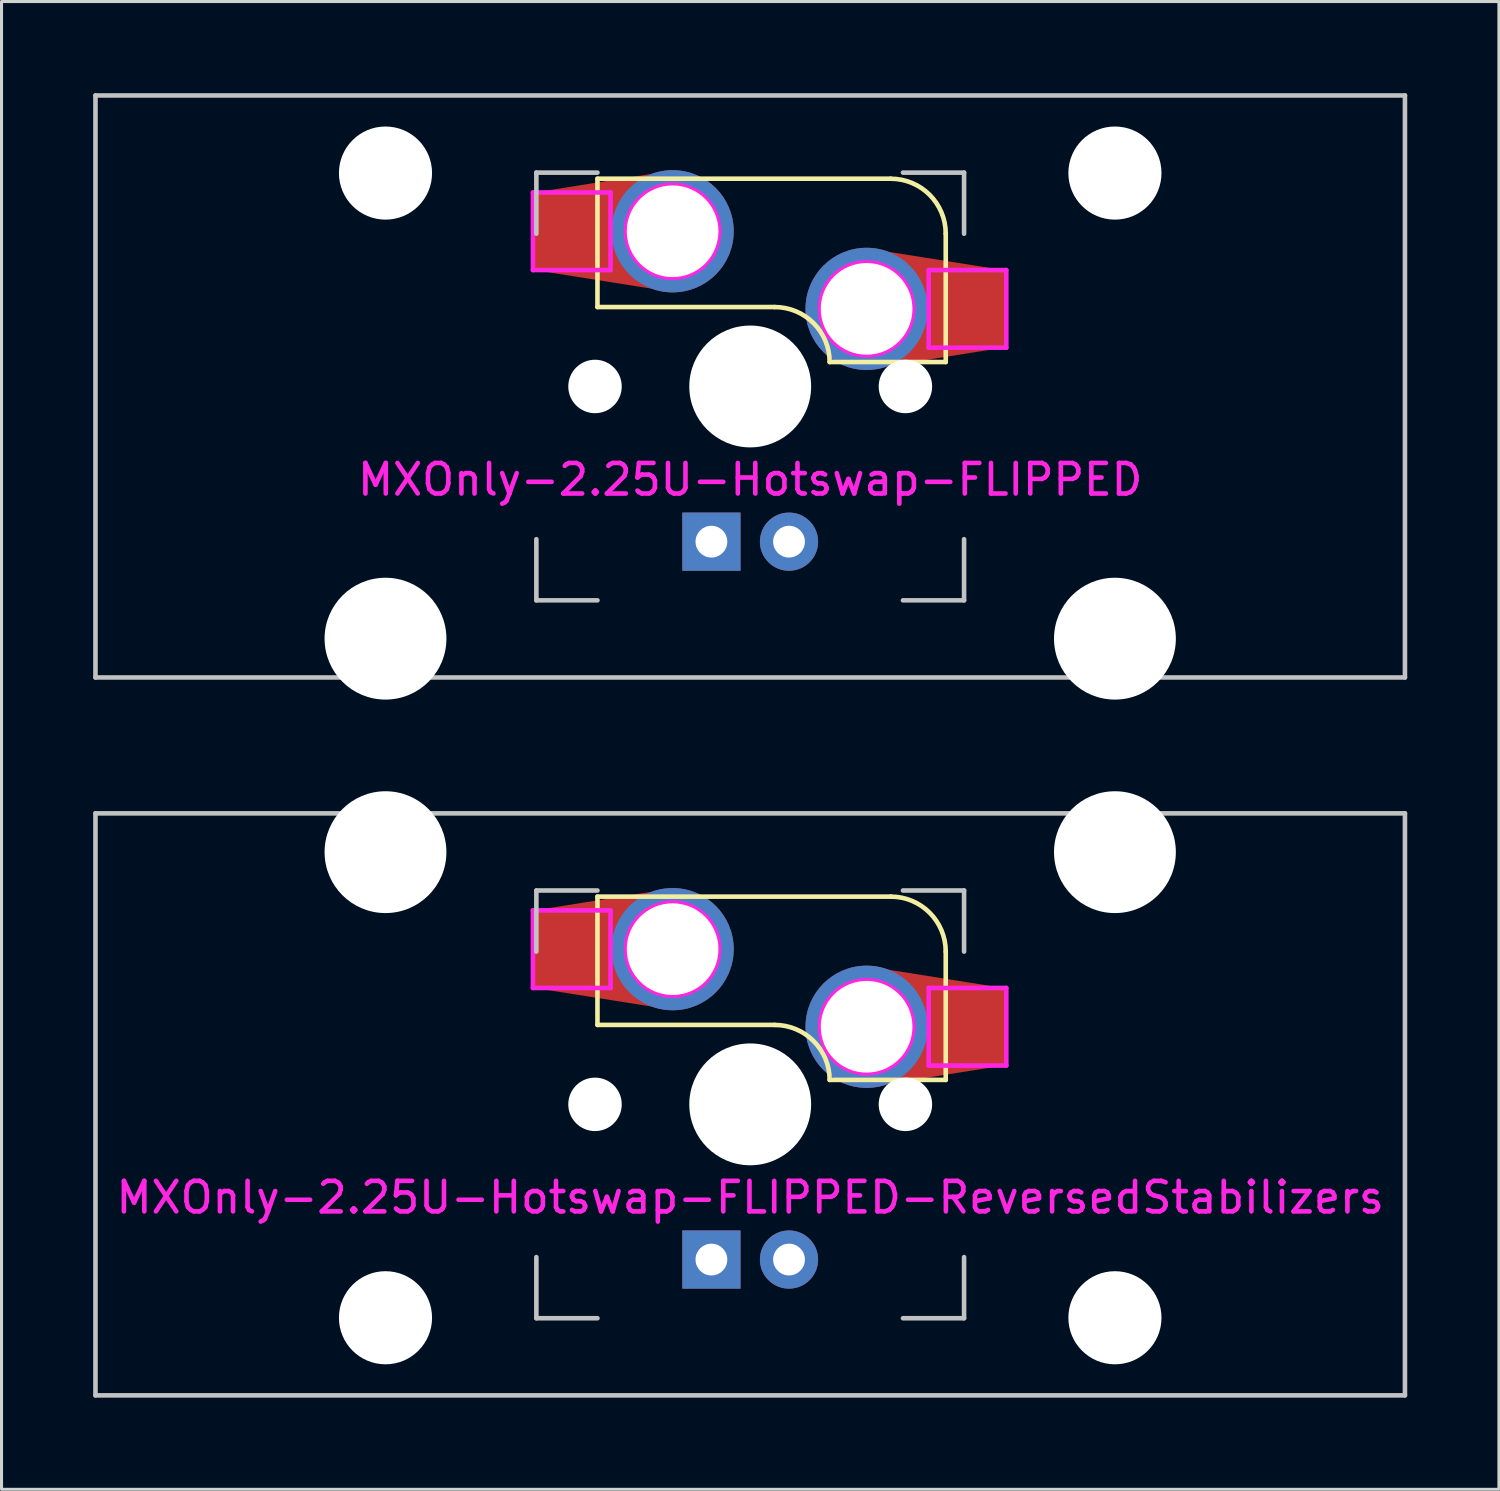
<source format=kicad_pcb>
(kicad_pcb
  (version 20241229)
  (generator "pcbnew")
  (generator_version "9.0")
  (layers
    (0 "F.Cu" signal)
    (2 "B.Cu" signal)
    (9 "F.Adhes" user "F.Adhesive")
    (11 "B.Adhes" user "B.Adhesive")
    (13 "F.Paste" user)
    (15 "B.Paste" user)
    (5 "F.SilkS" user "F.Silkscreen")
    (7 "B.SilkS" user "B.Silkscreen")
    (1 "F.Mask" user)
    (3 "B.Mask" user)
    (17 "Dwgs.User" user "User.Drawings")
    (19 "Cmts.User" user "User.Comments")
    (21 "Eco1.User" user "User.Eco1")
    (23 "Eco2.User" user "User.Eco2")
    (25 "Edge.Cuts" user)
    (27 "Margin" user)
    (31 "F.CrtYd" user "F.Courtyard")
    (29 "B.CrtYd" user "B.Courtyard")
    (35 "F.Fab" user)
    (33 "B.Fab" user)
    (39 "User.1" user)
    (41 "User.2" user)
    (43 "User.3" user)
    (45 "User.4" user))
  (footprint "MXOnly-2.25U-Hotswap-FLIPPED-ReversedStabilizers"
    (layer "F.Cu")
    (at 21.506 33.098)
    (property "Reference" "MXOnly-2.25U-Hotswap-FLIPPED-ReversedStabilizers" (at 0 3.048 180) (layer "F.CrtYd") (effects (font (size 1 1) (thickness 0.15))))
    (attr smd)
    (fp_line (start -5 -6.8) (end 4.6 -6.8) (stroke (width 0.15) (type solid)) (layer "F.SilkS"))
    (fp_line (start -5 -2.6) (end -5 -6.8) (stroke (width 0.15) (type solid)) (layer "F.SilkS"))
    (fp_line (start 0.8 -2.6) (end -5 -2.6) (stroke (width 0.15) (type solid)) (layer "F.SilkS"))
    (fp_line (start 6.4 -5) (end 6.4 -0.8) (stroke (width 0.15) (type solid)) (layer "F.SilkS"))
    (fp_line (start 6.4 -0.8) (end 2.6 -0.8) (stroke (width 0.15) (type solid)) (layer "F.SilkS"))
    (fp_arc (start 0.8 -2.6) (mid 2.072792 -2.072792) (end 2.6 -0.8) (stroke (width 0.15) (type solid)) (layer "F.SilkS"))
    (fp_arc (start 4.6 -6.8) (mid 5.872792 -6.272792) (end 6.4 -5) (stroke (width 0.15) (type solid)) (layer "F.SilkS"))
    (fp_poly (pts (xy -5.08 -3.493) (xy -7.112 -3.81) (xy -7.112 -6.35) (xy -5.08 -6.668)) (stroke (width 0.1) (type solid)) (fill yes) (layer "F.Paste"))
    (fp_poly (pts (xy 6.477 -4.064) (xy 8.509 -3.747) (xy 8.509 -1.206) (xy 6.477 -0.889)) (stroke (width 0.1) (type solid)) (fill yes) (layer "F.Paste"))
    (fp_line (start -21.431 -9.525) (end 21.431 -9.525) (stroke (width 0.15) (type solid)) (layer "Dwgs.User"))
    (fp_line (start -21.431 9.525) (end -21.431 -9.525) (stroke (width 0.15) (type solid)) (layer "Dwgs.User"))
    (fp_line (start -7 -7) (end -7 -5) (stroke (width 0.15) (type solid)) (layer "Dwgs.User"))
    (fp_line (start -7 7) (end -7 5) (stroke (width 0.15) (type solid)) (layer "Dwgs.User"))
    (fp_line (start -5 -7) (end -7 -7) (stroke (width 0.15) (type solid)) (layer "Dwgs.User"))
    (fp_line (start -5 7) (end -7 7) (stroke (width 0.15) (type solid)) (layer "Dwgs.User"))
    (fp_line (start 5 -7) (end 7 -7) (stroke (width 0.15) (type solid)) (layer "Dwgs.User"))
    (fp_line (start 7 -7) (end 7 -5) (stroke (width 0.15) (type solid)) (layer "Dwgs.User"))
    (fp_line (start 7 5) (end 7 7) (stroke (width 0.15) (type solid)) (layer "Dwgs.User"))
    (fp_line (start 7 7) (end 5 7) (stroke (width 0.15) (type solid)) (layer "Dwgs.User"))
    (fp_line (start 21.431 -9.525) (end 21.431 9.525) (stroke (width 0.15) (type solid)) (layer "Dwgs.User"))
    (fp_line (start 21.431 9.525) (end -21.431 9.525) (stroke (width 0.15) (type solid)) (layer "Dwgs.User"))
    (fp_line (start -7.112 -6.35) (end -7.112 -3.81) (stroke (width 0.15) (type solid)) (layer "F.CrtYd"))
    (fp_line (start -7.112 -3.81) (end -4.572 -3.81) (stroke (width 0.15) (type solid)) (layer "F.CrtYd"))
    (fp_line (start -4.572 -6.35) (end -7.112 -6.35) (stroke (width 0.15) (type solid)) (layer "F.CrtYd"))
    (fp_line (start -4.572 -3.81) (end -4.572 -6.35) (stroke (width 0.15) (type solid)) (layer "F.CrtYd"))
    (fp_line (start 5.842 -3.81) (end 5.842 -1.27) (stroke (width 0.15) (type solid)) (layer "F.CrtYd"))
    (fp_line (start 5.842 -1.27) (end 8.382 -1.27) (stroke (width 0.15) (type solid)) (layer "F.CrtYd"))
    (fp_line (start 8.382 -3.81) (end 5.842 -3.81) (stroke (width 0.15) (type solid)) (layer "F.CrtYd"))
    (fp_line (start 8.382 -1.27) (end 8.382 -3.81) (stroke (width 0.15) (type solid)) (layer "F.CrtYd"))
    (fp_circle (center -2.54 -5.08) (end -2.54 -6.604) (stroke (width 0.15) (type solid)) (fill no) (layer "F.CrtYd"))
    (fp_circle (center 3.81 -2.54) (end 3.81 -4.064) (stroke (width 0.15) (type solid)) (fill no) (layer "F.CrtYd"))
    (pad "" np_thru_hole circle (at -11.938 -8.255) (size 3.988 3.988) (drill 3.988) (layers "*.Cu" "*.Mask"))
    (pad "" np_thru_hole circle (at -11.938 6.985) (size 3.048 3.048) (drill 3.048) (layers "*.Cu" "*.Mask"))
    (pad "" np_thru_hole circle (at -5.08 0 131.9) (size 1.75 1.75) (drill 1.75) (layers "*.Cu" "*.Mask"))
    (pad "" np_thru_hole circle (at 0 0 180) (size 3.988 3.988) (drill 3.988) (layers "*.Cu" "*.Mask"))
    (pad "" np_thru_hole circle (at 5.08 0 131.9) (size 1.75 1.75) (drill 1.75) (layers "*.Cu" "*.Mask"))
    (pad "" np_thru_hole circle (at 11.938 -8.255) (size 3.988 3.988) (drill 3.988) (layers "*.Cu" "*.Mask"))
    (pad "" np_thru_hole circle (at 11.938 6.985) (size 3.048 3.048) (drill 3.048) (layers "*.Cu" "*.Mask"))
    (pad "1" thru_hole circle (at 3.81 -2.54 180) (size 4 4) (drill 3) (layers "*.Cu" "F.Mask"))
    (pad "1" smd custom (at 7.085 -2.54 180) (size 2.55 2.5) (layers "F.Cu" "F.Mask") (options (anchor rect)) (primitives (gr_poly (pts (xy -1.195 1.219) (xy 3.275 1.93) (xy 3.275 -1.93) (xy -1.195 -1.219)) (width 0.1) (fill yes))))
    (pad "2" smd custom (at -5.841 -5.08 180) (size 2.55 2.5) (layers "F.Cu" "F.Mask") (options (anchor rect)) (primitives (gr_poly (pts (xy 1.219 -1.219) (xy -3.251 -1.93) (xy -3.251 1.93) (xy 1.219 1.219)) (width 0.1) (fill yes))))
    (pad "2" thru_hole circle (at -2.54 -5.08 180) (size 4 4) (drill 3) (layers "*.Cu" "F.Mask"))
    (pad "3" thru_hole circle (at 1.27 5.08) (size 1.905 1.905) (drill 1.04) (layers "*.Cu" "F.Mask"))
    (pad "4" thru_hole rect (at -1.27 5.08) (size 1.905 1.905) (drill 1.04) (layers "*.Cu" "F.Mask")))
  (footprint "MXOnly-2.25U-Hotswap-FLIPPED"
    (layer "F.Cu")
    (at 21.506 9.6)
    (property "Reference" "MXOnly-2.25U-Hotswap-FLIPPED" (at 0 3.048 180) (layer "F.CrtYd") (effects (font (size 1 1) (thickness 0.15))))
    (attr smd)
    (fp_line (start -5 -6.8) (end 4.6 -6.8) (stroke (width 0.15) (type solid)) (layer "F.SilkS"))
    (fp_line (start -5 -2.6) (end -5 -6.8) (stroke (width 0.15) (type solid)) (layer "F.SilkS"))
    (fp_line (start 0.8 -2.6) (end -5 -2.6) (stroke (width 0.15) (type solid)) (layer "F.SilkS"))
    (fp_line (start 6.4 -5) (end 6.4 -0.8) (stroke (width 0.15) (type solid)) (layer "F.SilkS"))
    (fp_line (start 6.4 -0.8) (end 2.6 -0.8) (stroke (width 0.15) (type solid)) (layer "F.SilkS"))
    (fp_arc (start 0.8 -2.6) (mid 2.072792 -2.072792) (end 2.6 -0.8) (stroke (width 0.15) (type solid)) (layer "F.SilkS"))
    (fp_arc (start 4.6 -6.8) (mid 5.872792 -6.272792) (end 6.4 -5) (stroke (width 0.15) (type solid)) (layer "F.SilkS"))
    (fp_poly (pts (xy -5.08 -3.493) (xy -7.112 -3.81) (xy -7.112 -6.35) (xy -5.08 -6.668)) (stroke (width 0.1) (type solid)) (fill yes) (layer "F.Paste"))
    (fp_poly (pts (xy 6.477 -4.064) (xy 8.509 -3.747) (xy 8.509 -1.206) (xy 6.477 -0.889)) (stroke (width 0.1) (type solid)) (fill yes) (layer "F.Paste"))
    (fp_line (start -21.431 -9.525) (end 21.431 -9.525) (stroke (width 0.15) (type solid)) (layer "Dwgs.User"))
    (fp_line (start -21.431 9.525) (end -21.431 -9.525) (stroke (width 0.15) (type solid)) (layer "Dwgs.User"))
    (fp_line (start -7 -7) (end -7 -5) (stroke (width 0.15) (type solid)) (layer "Dwgs.User"))
    (fp_line (start -7 7) (end -7 5) (stroke (width 0.15) (type solid)) (layer "Dwgs.User"))
    (fp_line (start -5 -7) (end -7 -7) (stroke (width 0.15) (type solid)) (layer "Dwgs.User"))
    (fp_line (start -5 7) (end -7 7) (stroke (width 0.15) (type solid)) (layer "Dwgs.User"))
    (fp_line (start 5 -7) (end 7 -7) (stroke (width 0.15) (type solid)) (layer "Dwgs.User"))
    (fp_line (start 7 -7) (end 7 -5) (stroke (width 0.15) (type solid)) (layer "Dwgs.User"))
    (fp_line (start 7 5) (end 7 7) (stroke (width 0.15) (type solid)) (layer "Dwgs.User"))
    (fp_line (start 7 7) (end 5 7) (stroke (width 0.15) (type solid)) (layer "Dwgs.User"))
    (fp_line (start 21.431 -9.525) (end 21.431 9.525) (stroke (width 0.15) (type solid)) (layer "Dwgs.User"))
    (fp_line (start 21.431 9.525) (end -21.431 9.525) (stroke (width 0.15) (type solid)) (layer "Dwgs.User"))
    (fp_line (start -7.112 -6.35) (end -7.112 -3.81) (stroke (width 0.15) (type solid)) (layer "F.CrtYd"))
    (fp_line (start -7.112 -3.81) (end -4.572 -3.81) (stroke (width 0.15) (type solid)) (layer "F.CrtYd"))
    (fp_line (start -4.572 -6.35) (end -7.112 -6.35) (stroke (width 0.15) (type solid)) (layer "F.CrtYd"))
    (fp_line (start -4.572 -3.81) (end -4.572 -6.35) (stroke (width 0.15) (type solid)) (layer "F.CrtYd"))
    (fp_line (start 5.842 -3.81) (end 5.842 -1.27) (stroke (width 0.15) (type solid)) (layer "F.CrtYd"))
    (fp_line (start 5.842 -1.27) (end 8.382 -1.27) (stroke (width 0.15) (type solid)) (layer "F.CrtYd"))
    (fp_line (start 8.382 -3.81) (end 5.842 -3.81) (stroke (width 0.15) (type solid)) (layer "F.CrtYd"))
    (fp_line (start 8.382 -1.27) (end 8.382 -3.81) (stroke (width 0.15) (type solid)) (layer "F.CrtYd"))
    (fp_circle (center -2.54 -5.08) (end -2.54 -6.604) (stroke (width 0.15) (type solid)) (fill no) (layer "F.CrtYd"))
    (fp_circle (center 3.81 -2.54) (end 3.81 -4.064) (stroke (width 0.15) (type solid)) (fill no) (layer "F.CrtYd"))
    (pad "" np_thru_hole circle (at -11.938 -6.985) (size 3.048 3.048) (drill 3.048) (layers "*.Cu" "*.Mask"))
    (pad "" np_thru_hole circle (at -11.938 8.255) (size 3.988 3.988) (drill 3.988) (layers "*.Cu" "*.Mask"))
    (pad "" np_thru_hole circle (at -5.08 0 131.9) (size 1.75 1.75) (drill 1.75) (layers "*.Cu" "*.Mask"))
    (pad "" np_thru_hole circle (at 0 0 180) (size 3.988 3.988) (drill 3.988) (layers "*.Cu" "*.Mask"))
    (pad "" np_thru_hole circle (at 5.08 0 131.9) (size 1.75 1.75) (drill 1.75) (layers "*.Cu" "*.Mask"))
    (pad "" np_thru_hole circle (at 11.938 -6.985) (size 3.048 3.048) (drill 3.048) (layers "*.Cu" "*.Mask"))
    (pad "" np_thru_hole circle (at 11.938 8.255) (size 3.988 3.988) (drill 3.988) (layers "*.Cu" "*.Mask"))
    (pad "1" thru_hole circle (at 3.81 -2.54 180) (size 4 4) (drill 3) (layers "*.Cu" "F.Mask"))
    (pad "1" smd custom (at 7.085 -2.54 180) (size 2.55 2.5) (layers "F.Cu" "F.Mask") (options (anchor rect)) (primitives (gr_poly (pts (xy -1.195 1.219) (xy 3.275 1.93) (xy 3.275 -1.93) (xy -1.195 -1.219)) (width 0.1) (fill yes))))
    (pad "2" smd custom (at -5.841 -5.08 180) (size 2.55 2.5) (layers "F.Cu" "F.Mask") (options (anchor rect)) (primitives (gr_poly (pts (xy 1.219 -1.219) (xy -3.251 -1.93) (xy -3.251 1.93) (xy 1.219 1.219)) (width 0.1) (fill yes))))
    (pad "2" thru_hole circle (at -2.54 -5.08 180) (size 4 4) (drill 3) (layers "*.Cu" "F.Mask"))
    (pad "3" thru_hole circle (at 1.27 5.08) (size 1.905 1.905) (drill 1.04) (layers "*.Cu" "F.Mask"))
    (pad "4" thru_hole rect (at -1.27 5.08) (size 1.905 1.905) (drill 1.04) (layers "*.Cu" "F.Mask")))
  (gr_rect
    (start -3 -3)
    (end 46.013 45.698)
    (stroke (width 0.1) (type default))
    (fill no)
    (layer "Edge.Cuts")))
</source>
